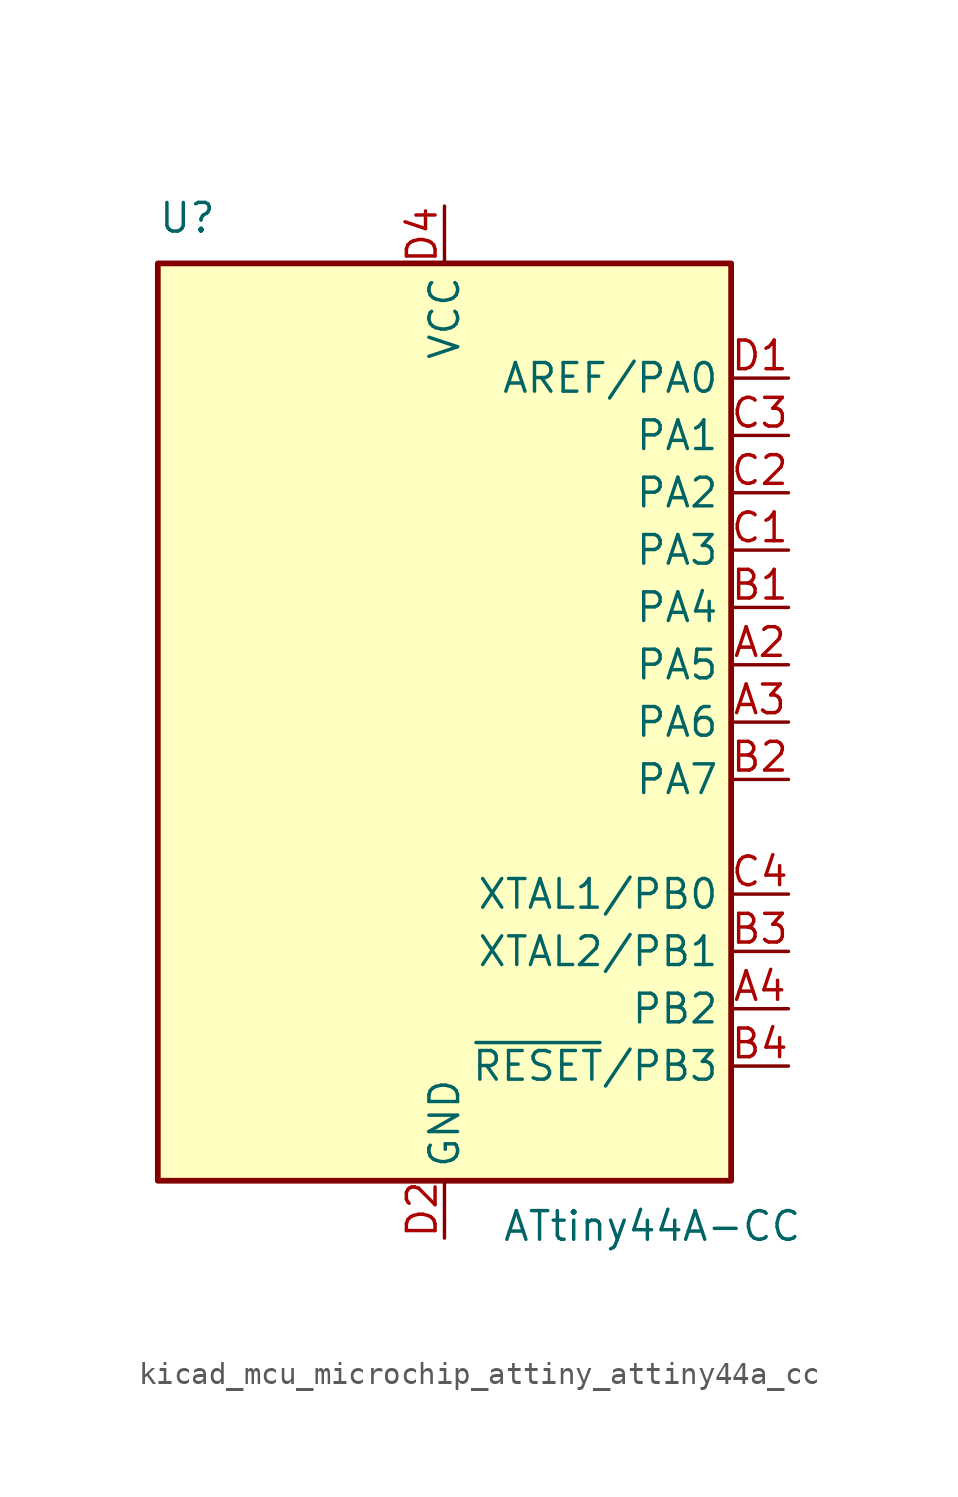
<source format=kicad_sym>
(kicad_symbol_lib
  (version 20220914)
  (generator kicad_symbol_editor)
  (symbol "kicad_mcu_microchip_attiny_attiny44a_cc"
    (property "Reference" "U"
      (at -12.7 21.59 0)
      (effects (font (size 1.27 1.27)) (justify left bottom)))
    (property "Value" "ATtiny44A-CC"
      (at 2.54 -21.59 0)
      (effects (font (size 1.27 1.27)) (justify left top)))
    (symbol "kicad_mcu_microchip_attiny_attiny44a_cc_0_1"
      (rectangle (start -12.7 -20.32) (end 12.7 20.32) (stroke (width 0.254) (type default)) (fill (type background))))
    (symbol "kicad_mcu_microchip_attiny_attiny44a_cc_1_1"
      (pin bidirectional line (at 15.24 2.54 180) (length 2.54) (name "PA5" (effects (font (size 1.27 1.27)))) (number "A2" (effects (font (size 1.27 1.27)))))
      (pin bidirectional line (at 15.24 0 180) (length 2.54) (name "PA6" (effects (font (size 1.27 1.27)))) (number "A3" (effects (font (size 1.27 1.27)))))
      (pin bidirectional line (at 15.24 -12.7 180) (length 2.54) (name "PB2" (effects (font (size 1.27 1.27)))) (number "A4" (effects (font (size 1.27 1.27)))))
      (pin bidirectional line (at 15.24 5.08 180) (length 2.54) (name "PA4" (effects (font (size 1.27 1.27)))) (number "B1" (effects (font (size 1.27 1.27)))))
      (pin bidirectional line (at 15.24 -2.54 180) (length 2.54) (name "PA7" (effects (font (size 1.27 1.27)))) (number "B2" (effects (font (size 1.27 1.27)))))
      (pin bidirectional line (at 15.24 -10.16 180) (length 2.54) (name "XTAL2/PB1" (effects (font (size 1.27 1.27)))) (number "B3" (effects (font (size 1.27 1.27)))))
      (pin bidirectional line (at 15.24 -15.24 180) (length 2.54) (name "~{RESET}/PB3" (effects (font (size 1.27 1.27)))) (number "B4" (effects (font (size 1.27 1.27)))))
      (pin bidirectional line (at 15.24 7.62 180) (length 2.54) (name "PA3" (effects (font (size 1.27 1.27)))) (number "C1" (effects (font (size 1.27 1.27)))))
      (pin bidirectional line (at 15.24 10.16 180) (length 2.54) (name "PA2" (effects (font (size 1.27 1.27)))) (number "C2" (effects (font (size 1.27 1.27)))))
      (pin bidirectional line (at 15.24 12.7 180) (length 2.54) (name "PA1" (effects (font (size 1.27 1.27)))) (number "C3" (effects (font (size 1.27 1.27)))))
      (pin bidirectional line (at 15.24 -7.62 180) (length 2.54) (name "XTAL1/PB0" (effects (font (size 1.27 1.27)))) (number "C4" (effects (font (size 1.27 1.27)))))
      (pin bidirectional line (at 15.24 15.24 180) (length 2.54) (name "AREF/PA0" (effects (font (size 1.27 1.27)))) (number "D1" (effects (font (size 1.27 1.27)))))
      (pin power_in line (at 0 -22.86 90) (length 2.54) (name "GND" (effects (font (size 1.27 1.27)))) (number "D2" (effects (font (size 1.27 1.27)))))
      (pin passive line (at 0 -22.86 90) (length 2.54) hide (name "GND" (effects (font (size 1.27 1.27)))) (number "D3" (effects (font (size 1.27 1.27)))))
      (pin power_in line (at 0 22.86 270) (length 2.54) (name "VCC" (effects (font (size 1.27 1.27)))) (number "D4" (effects (font (size 1.27 1.27))))))))
</source>
